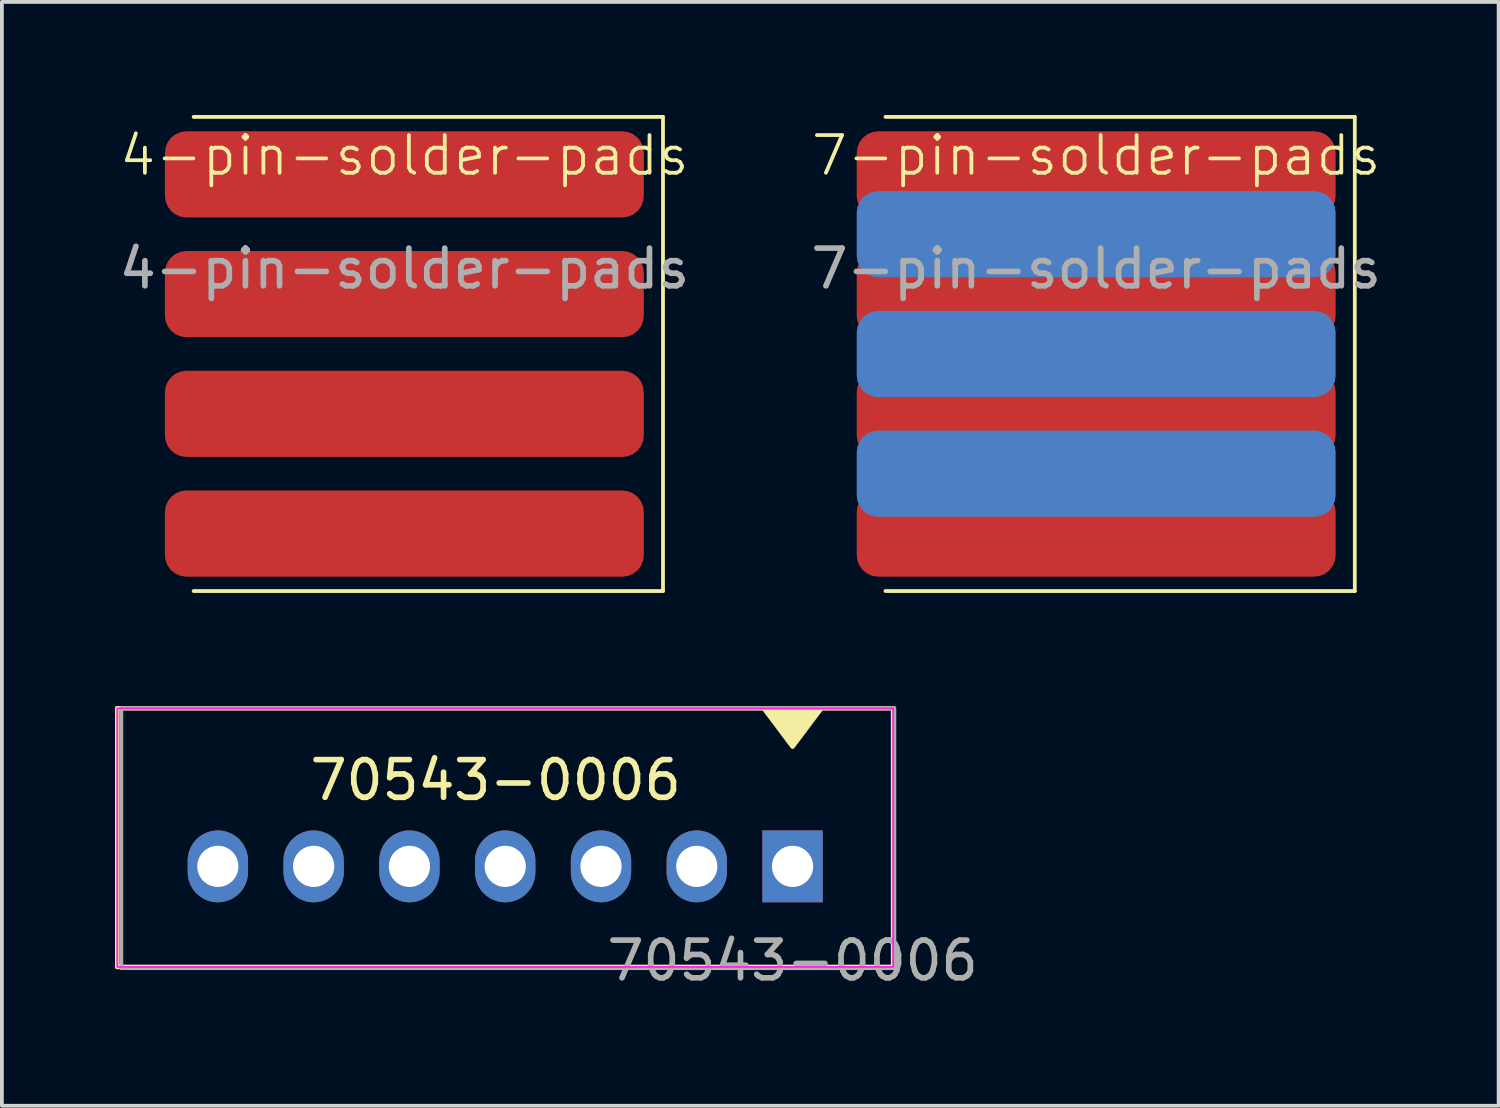
<source format=kicad_pcb>
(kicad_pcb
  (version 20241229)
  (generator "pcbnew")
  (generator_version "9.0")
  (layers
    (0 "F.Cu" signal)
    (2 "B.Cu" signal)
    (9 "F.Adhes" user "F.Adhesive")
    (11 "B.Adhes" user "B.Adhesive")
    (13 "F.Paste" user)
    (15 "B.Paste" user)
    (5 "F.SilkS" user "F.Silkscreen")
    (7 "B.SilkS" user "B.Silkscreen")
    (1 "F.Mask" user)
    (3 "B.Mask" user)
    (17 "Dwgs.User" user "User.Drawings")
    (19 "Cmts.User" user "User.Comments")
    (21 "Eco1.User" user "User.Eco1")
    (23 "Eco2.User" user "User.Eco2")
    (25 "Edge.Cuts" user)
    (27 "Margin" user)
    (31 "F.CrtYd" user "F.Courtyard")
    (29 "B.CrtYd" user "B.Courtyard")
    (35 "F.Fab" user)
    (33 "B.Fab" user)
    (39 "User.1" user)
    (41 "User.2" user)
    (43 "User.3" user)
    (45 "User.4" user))
  (footprint "70543-0006"
    (layer "F.Cu")
    (at 17.967 19.924)
    (property "Reference" "70543-0006" (at -7.874 -2.286 0) (unlocked yes) (layer "F.SilkS") (effects (font (size 1 1) (thickness 0.15))))
    (attr through_hole)
    (fp_line (start -17.907 -4.191) (end 2.667 -4.191) (stroke (width 0.12) (type solid)) (layer "F.SilkS"))
    (fp_line (start -17.907 2.667) (end -17.907 -4.191) (stroke (width 0.12) (type solid)) (layer "F.SilkS"))
    (fp_line (start -17.907 2.667) (end 2.667 2.667) (stroke (width 0.12) (type solid)) (layer "F.SilkS"))
    (fp_line (start 2.667 2.667) (end 2.667 -4.191) (stroke (width 0.12) (type solid)) (layer "F.SilkS"))
    (fp_poly (pts (xy 0 -3.175) (xy -0.762 -4.191) (xy 0.762 -4.191)) (stroke (width 0.12) (type solid)) (fill yes) (layer "F.SilkS"))
    (fp_rect (start -17.907 -4.191) (end 2.667 2.667) (stroke (width 0.05) (type default)) (fill no) (layer "F.CrtYd"))
    (fp_rect (start -17.8 -4.2) (end 2.7 2.7) (stroke (width 0.1) (type default)) (fill no) (layer "F.Fab"))
    (fp_text user "${REFERENCE}" (at 0 2.5 0) (unlocked yes) (layer "F.Fab") (effects (font (size 1 1) (thickness 0.15))))
    (pad "1" thru_hole rect (at 0 0) (size 1.6 1.905) (drill 1.092) (layers "*.Cu" "*.Mask"))
    (pad "2" thru_hole oval (at -2.54 0) (size 1.6 1.905) (drill 1.092) (layers "*.Cu" "*.Mask"))
    (pad "3" thru_hole oval (at -5.08 0) (size 1.6 1.905) (drill 1.092) (layers "*.Cu" "*.Mask"))
    (pad "4" thru_hole oval (at -7.62 0) (size 1.6 1.905) (drill 1.092) (layers "*.Cu" "*.Mask"))
    (pad "5" thru_hole oval (at -10.16 0) (size 1.6 1.905) (drill 1.092) (layers "*.Cu" "*.Mask"))
    (pad "6" thru_hole oval (at -12.7 0) (size 1.6 1.905) (drill 1.092) (layers "*.Cu" "*.Mask"))
    (pad "7" thru_hole oval (at -15.24 0) (size 1.6 1.905) (drill 1.092) (layers "*.Cu" "*.Mask")))
  (footprint "7-pin-solder-pads"
    (layer "F.Cu")
    (at 26.018 1.574)
    (property "Reference" "7-pin-solder-pads" (at 0 -0.5 0) (unlocked yes) (layer "F.SilkS") (effects (font (size 1 1) (thickness 0.1))))
    (attr smd)
    (fp_line (start -5.588 -1.524) (end 6.858 -1.524) (stroke (width 0.1) (type default)) (layer "F.SilkS"))
    (fp_line (start 6.858 -1.524) (end 6.858 11.049) (stroke (width 0.1) (type default)) (layer "F.SilkS"))
    (fp_line (start 6.858 11.049) (end -5.588 11.049) (stroke (width 0.1) (type default)) (layer "F.SilkS"))
    (fp_text user "${REFERENCE}" (at 0 2.5 0) (unlocked yes) (layer "F.Fab") (effects (font (size 1 1) (thickness 0.15))))
    (pad "1" smd roundrect (at 0 0) (size 12.7 2.286) (layers "F.Cu" "F.Mask" "F.Paste") (roundrect_rratio 0.25))
    (pad "2" smd roundrect (at 0 1.587) (size 12.7 2.286) (layers "B.Cu" "B.Mask" "B.Paste") (roundrect_rratio 0.25))
    (pad "3" smd roundrect (at 0 3.175) (size 12.7 2.286) (layers "F.Cu" "F.Mask" "F.Paste") (roundrect_rratio 0.25))
    (pad "4" smd roundrect (at 0 4.763) (size 12.7 2.286) (layers "B.Cu" "B.Mask" "B.Paste") (roundrect_rratio 0.25))
    (pad "5" smd roundrect (at 0 6.35) (size 12.7 2.286) (layers "F.Cu" "F.Mask" "F.Paste") (roundrect_rratio 0.25))
    (pad "6" smd roundrect (at 0 7.938) (size 12.7 2.286) (layers "B.Cu" "B.Mask" "B.Paste") (roundrect_rratio 0.25))
    (pad "7" smd roundrect (at 0 9.525) (size 12.7 2.286) (layers "F.Cu" "F.Mask" "F.Paste") (roundrect_rratio 0.25)))
  (footprint "4-pin-solder-pads"
    (layer "F.Cu")
    (at 7.673 1.574)
    (property "Reference" "4-pin-solder-pads" (at 0 -0.5 0) (unlocked yes) (layer "F.SilkS") (effects (font (size 1 1) (thickness 0.1))))
    (attr smd)
    (fp_line (start -5.588 -1.524) (end 6.858 -1.524) (stroke (width 0.1) (type default)) (layer "F.SilkS"))
    (fp_line (start 6.858 -1.524) (end 6.858 11.049) (stroke (width 0.1) (type default)) (layer "F.SilkS"))
    (fp_line (start 6.858 11.049) (end -5.588 11.049) (stroke (width 0.1) (type default)) (layer "F.SilkS"))
    (fp_text user "${REFERENCE}" (at 0 2.5 0) (unlocked yes) (layer "F.Fab") (effects (font (size 1 1) (thickness 0.15))))
    (pad "1" smd roundrect (at 0 0) (size 12.7 2.286) (layers "F.Cu" "F.Mask" "F.Paste") (roundrect_rratio 0.25))
    (pad "2" smd roundrect (at 0 3.175) (size 12.7 2.286) (layers "F.Cu" "F.Mask" "F.Paste") (roundrect_rratio 0.25))
    (pad "3" smd roundrect (at 0 6.35) (size 12.7 2.286) (layers "F.Cu" "F.Mask" "F.Paste") (roundrect_rratio 0.25))
    (pad "4" smd roundrect (at 0 9.525) (size 12.7 2.286) (layers "F.Cu" "F.Mask" "F.Paste") (roundrect_rratio 0.25)))
  (gr_rect
    (start -3 -3)
    (end 36.69 26.272)
    (stroke (width 0.1) (type default))
    (fill no)
    (layer "Edge.Cuts")))
</source>
